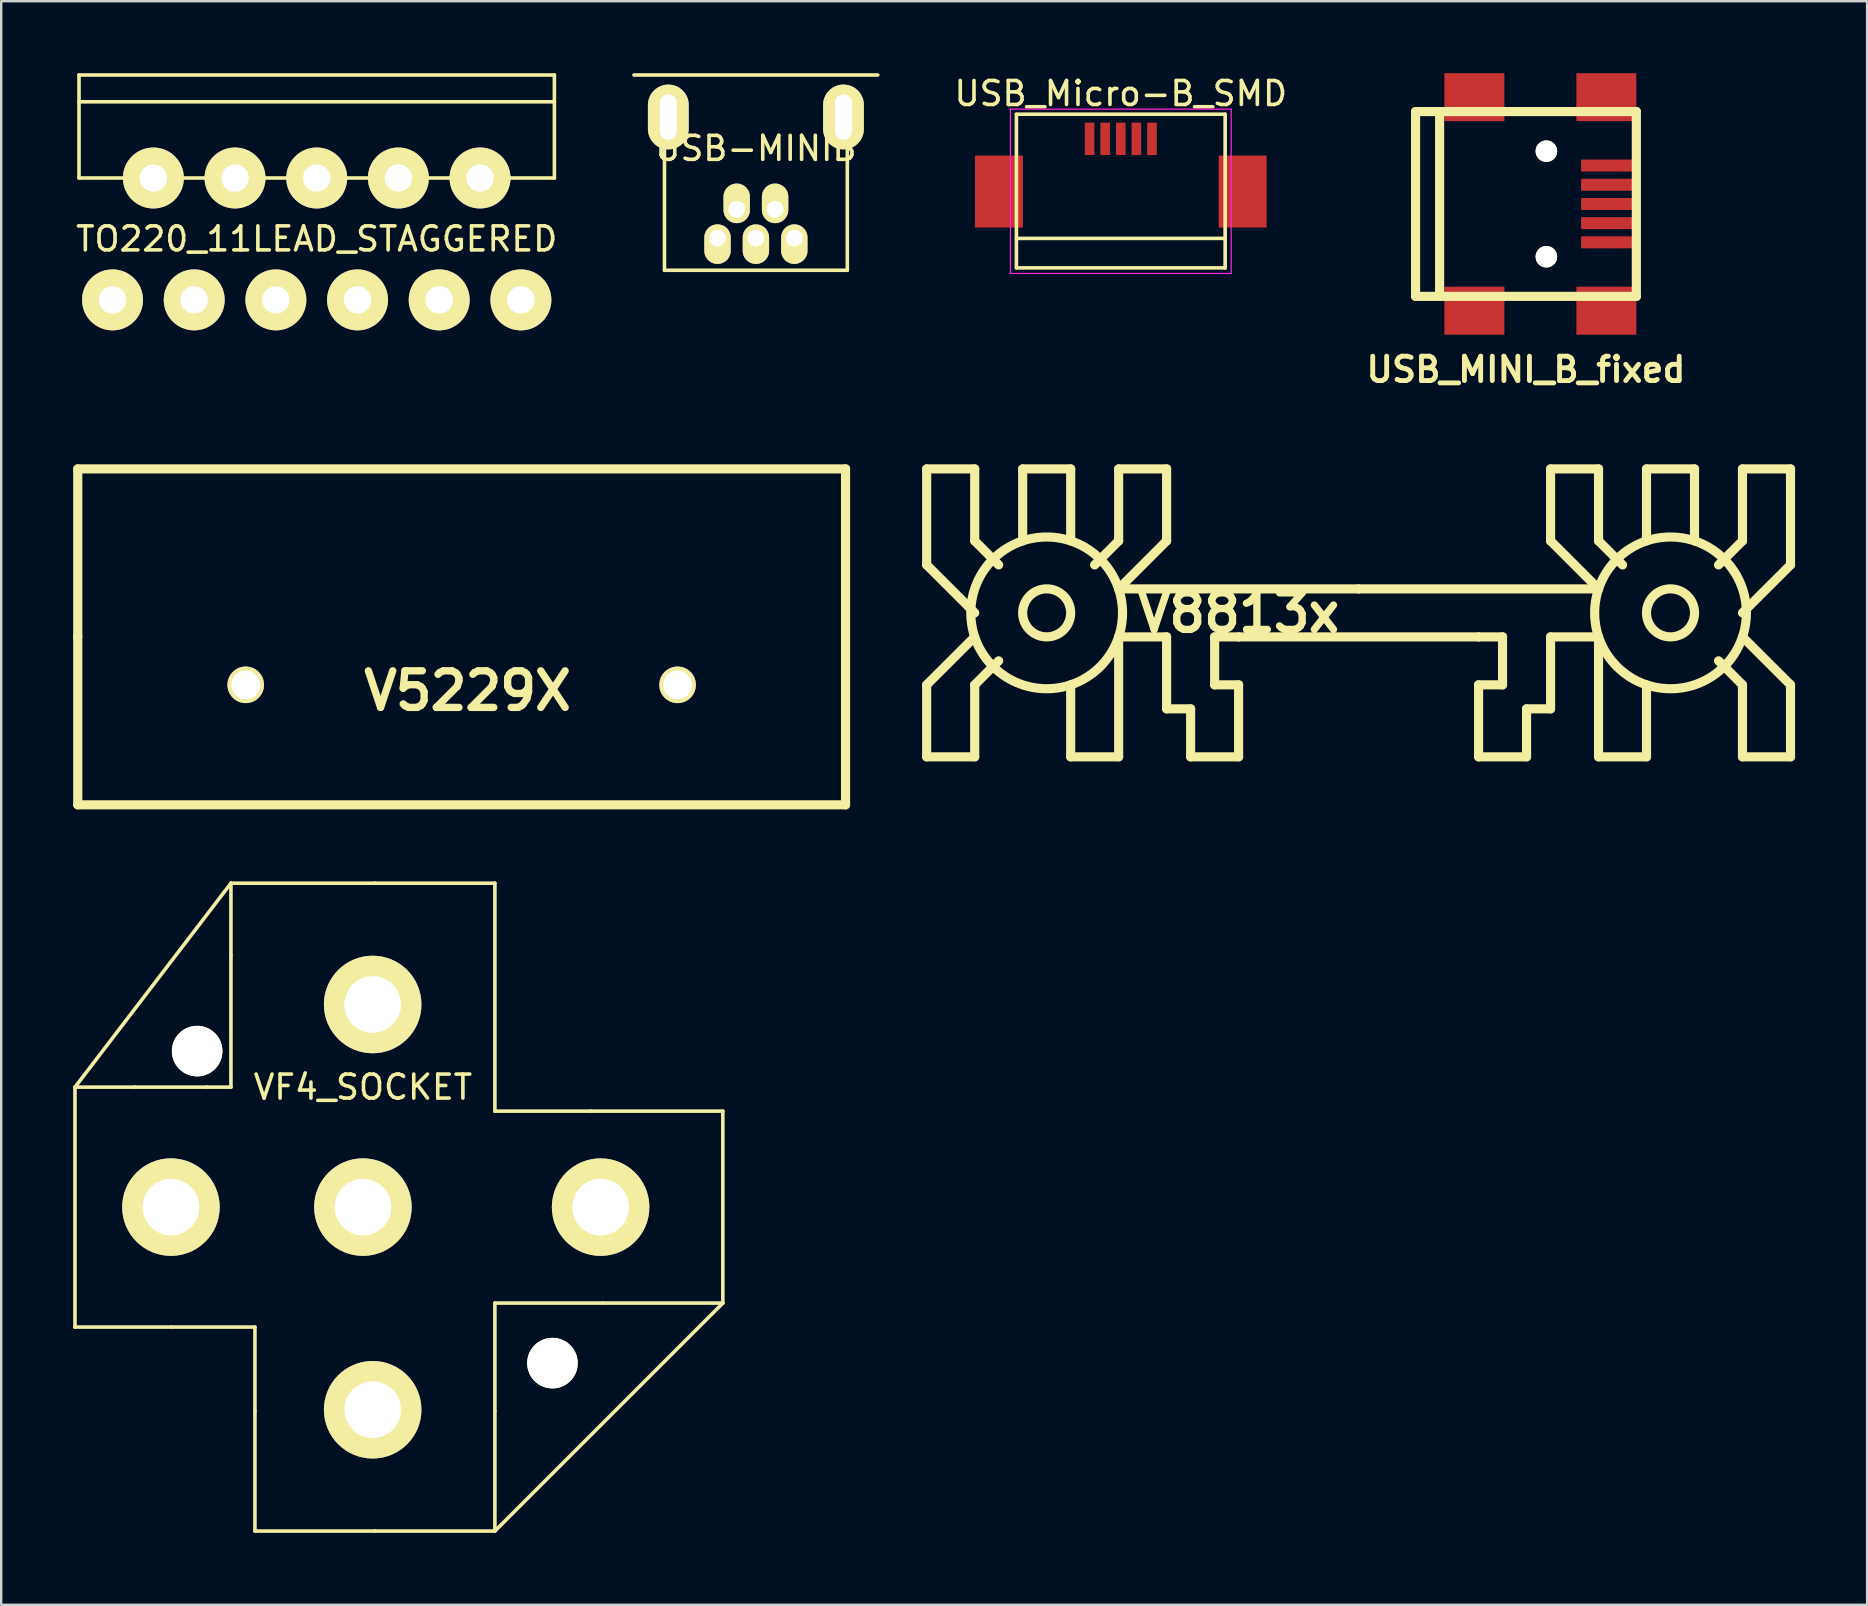
<source format=kicad_pcb>
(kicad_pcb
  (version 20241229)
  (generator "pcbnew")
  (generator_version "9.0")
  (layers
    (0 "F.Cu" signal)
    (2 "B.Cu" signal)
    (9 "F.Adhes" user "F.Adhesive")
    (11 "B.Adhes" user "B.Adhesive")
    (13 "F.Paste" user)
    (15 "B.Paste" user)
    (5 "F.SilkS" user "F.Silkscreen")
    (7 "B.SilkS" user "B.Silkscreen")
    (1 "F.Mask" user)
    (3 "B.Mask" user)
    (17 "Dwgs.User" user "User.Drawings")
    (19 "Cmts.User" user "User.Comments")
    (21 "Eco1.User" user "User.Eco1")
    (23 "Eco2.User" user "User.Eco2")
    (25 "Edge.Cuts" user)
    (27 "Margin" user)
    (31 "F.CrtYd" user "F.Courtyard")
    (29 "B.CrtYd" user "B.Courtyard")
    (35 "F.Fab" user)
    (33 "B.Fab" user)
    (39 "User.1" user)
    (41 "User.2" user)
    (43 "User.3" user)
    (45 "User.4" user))
  (footprint "V5229X"
    (layer "F.Cu")
    (at 16.19 23.492)
    (property "Reference" "V5229X" (at 0.249 2.25 0) (layer "F.SilkS") (effects (font (size 1.524 1.524) (thickness 0.305))))
    (attr through_hole)
    (fp_line (start -15.999 -7) (end 15.999 -7) (stroke (width 0.381) (type solid)) (layer "F.SilkS"))
    (fp_line (start -15.999 0) (end -15.999 -7) (stroke (width 0.381) (type solid)) (layer "F.SilkS"))
    (fp_line (start -15.999 7) (end -15.999 0) (stroke (width 0.381) (type solid)) (layer "F.SilkS"))
    (fp_line (start 15.999 -7) (end 15.999 7) (stroke (width 0.381) (type solid)) (layer "F.SilkS"))
    (fp_line (start 15.999 7) (end -15.999 7) (stroke (width 0.381) (type solid)) (layer "F.SilkS"))
    (pad "1" thru_hole circle (at -8.999 1.999) (size 1.524 1.524) (drill 1.199) (layers "*.Cu" "*.Mask" "F.SilkS"))
    (pad "2" thru_hole circle (at 8.999 1.999) (size 1.524 1.524) (drill 1.199) (layers "*.Cu" "*.Mask" "F.SilkS")))
  (footprint "VF4_SOCKET"
    (layer "F.Cu")
    (at 12.075 47.258)
    (property "Reference" "VF4_SOCKET" (at 0 -5 0) (layer "F.SilkS") (effects (font (size 1 1) (thickness 0.15))))
    (attr through_hole)
    (fp_line (start -12 -5) (end -12 5) (stroke (width 0.15) (type solid)) (layer "F.SilkS"))
    (fp_line (start -9.5 -5) (end -12 -5) (stroke (width 0.15) (type solid)) (layer "F.SilkS"))
    (fp_line (start -9.5 -5) (end -6.5 -5) (stroke (width 0.15) (type solid)) (layer "F.SilkS"))
    (fp_line (start -8 5) (end -12 5) (stroke (width 0.15) (type solid)) (layer "F.SilkS"))
    (fp_line (start -6.5 -5) (end -5.5 -5) (stroke (width 0.15) (type solid)) (layer "F.SilkS"))
    (fp_line (start -5.5 -13.5) (end -12 -5) (stroke (width 0.15) (type solid)) (layer "F.SilkS"))
    (fp_line (start -5.5 -13.5) (end -5.5 -10.5) (stroke (width 0.15) (type solid)) (layer "F.SilkS"))
    (fp_line (start -5.5 -5) (end -5.5 -10.5) (stroke (width 0.15) (type solid)) (layer "F.SilkS"))
    (fp_line (start -4.5 5) (end -8 5) (stroke (width 0.15) (type solid)) (layer "F.SilkS"))
    (fp_line (start -4.5 8.5) (end -4.5 5) (stroke (width 0.15) (type solid)) (layer "F.SilkS"))
    (fp_line (start -4.5 13.5) (end -4.5 8.5) (stroke (width 0.15) (type solid)) (layer "F.SilkS"))
    (fp_line (start 0.5 -13.5) (end -5.5 -13.5) (stroke (width 0.15) (type solid)) (layer "F.SilkS"))
    (fp_line (start 0.5 13.5) (end -4.5 13.5) (stroke (width 0.15) (type solid)) (layer "F.SilkS"))
    (fp_line (start 5.5 -13.5) (end 0.5 -13.5) (stroke (width 0.15) (type solid)) (layer "F.SilkS"))
    (fp_line (start 5.5 -4) (end 5.5 -13.5) (stroke (width 0.15) (type solid)) (layer "F.SilkS"))
    (fp_line (start 5.5 4) (end 10 4) (stroke (width 0.15) (type solid)) (layer "F.SilkS"))
    (fp_line (start 5.5 8.5) (end 5.5 4) (stroke (width 0.15) (type solid)) (layer "F.SilkS"))
    (fp_line (start 5.5 8.5) (end 5.5 13.5) (stroke (width 0.15) (type solid)) (layer "F.SilkS"))
    (fp_line (start 5.5 13.5) (end 0.5 13.5) (stroke (width 0.15) (type solid)) (layer "F.SilkS"))
    (fp_line (start 5.5 13.5) (end 15 4) (stroke (width 0.15) (type solid)) (layer "F.SilkS"))
    (fp_line (start 9.5 -4) (end 5.5 -4) (stroke (width 0.15) (type solid)) (layer "F.SilkS"))
    (fp_line (start 9.5 -4) (end 15 -4) (stroke (width 0.15) (type solid)) (layer "F.SilkS"))
    (fp_line (start 10 4) (end 15 4) (stroke (width 0.15) (type solid)) (layer "F.SilkS"))
    (fp_line (start 15 -4) (end 15 4) (stroke (width 0.15) (type solid)) (layer "F.SilkS"))
    (pad "" np_thru_hole circle (at -6.909 -6.502) (size 2.108 2.108) (drill 2.108) (layers "*.Cu" "*.Mask" "F.SilkS"))
    (pad "" np_thru_hole circle (at 7.899 6.502) (size 2.108 2.108) (drill 2.108) (layers "*.Cu" "*.Mask" "F.SilkS"))
    (pad "30" thru_hole circle (at 9.906 0) (size 4.064 4.064) (drill 2.362) (layers "*.Cu" "*.Mask" "F.SilkS"))
    (pad "85" thru_hole circle (at 0.406 -8.445) (size 4.064 4.064) (drill 2.362) (layers "*.Cu" "*.Mask" "F.SilkS"))
    (pad "86" thru_hole circle (at 0.406 8.445) (size 4.064 4.064) (drill 2.362) (layers "*.Cu" "*.Mask" "F.SilkS"))
    (pad "87" thru_hole circle (at -8.001 0) (size 4.064 4.064) (drill 2.362) (layers "*.Cu" "*.Mask" "F.SilkS"))
    (pad "87a" thru_hole circle (at 0 0) (size 4.064 4.064) (drill 2.362) (layers "*.Cu" "*.Mask" "F.SilkS")))
  (footprint "USB-MINIB"
    (layer "F.Cu")
    (at 28.453 5.675)
    (property "Reference" "USB-MINIB" (at 0 -2.54 0) (layer "F.SilkS") (effects (font (size 1 1) (thickness 0.15))))
    (attr through_hole)
    (fp_line (start -3.81 -5.08) (end -3.81 2.54) (stroke (width 0.15) (type solid)) (layer "F.SilkS"))
    (fp_line (start -3.81 2.54) (end 3.81 2.54) (stroke (width 0.15) (type solid)) (layer "F.SilkS"))
    (fp_line (start 3.81 2.54) (end 3.81 -5.08) (stroke (width 0.15) (type solid)) (layer "F.SilkS"))
    (fp_line (start 5.08 -5.6) (end -5.08 -5.6) (stroke (width 0.15) (type solid)) (layer "F.SilkS"))
    (pad "" thru_hole oval (at -0.8 0) (size 1.1 1.65) (drill 0.7 (offset 0 -0.25)) (layers "*.Cu" "*.Mask" "F.SilkS"))
    (pad "1" thru_hole oval (at 1.6 1.2) (size 1.1 1.65) (drill 0.7 (offset 0 0.25)) (layers "*.Cu" "*.Mask" "F.SilkS"))
    (pad "2" thru_hole oval (at 0.8 0) (size 1.1 1.65) (drill 0.7 (offset 0 -0.25)) (layers "*.Cu" "*.Mask" "F.SilkS"))
    (pad "3" thru_hole oval (at 0 1.2) (size 1.1 1.65) (drill 0.7 (offset 0 0.25)) (layers "*.Cu" "*.Mask" "F.SilkS"))
    (pad "4" thru_hole oval (at -1.6 1.2) (size 1.1 1.65) (drill 0.7 (offset 0 0.25)) (layers "*.Cu" "*.Mask" "F.SilkS"))
    (pad "5" thru_hole oval (at -3.65 -3.85) (size 1.7 2.7) (drill oval 0.7 1.9) (layers "*.Cu" "*.Mask" "F.SilkS"))
    (pad "6" thru_hole oval (at 3.65 -3.85) (size 1.7 2.7) (drill oval 0.7 1.9) (layers "*.Cu" "*.Mask" "F.SilkS")))
  (footprint "USB_Micro-B_SMD"
    (layer "F.Cu")
    (at 43.661 4.298)
    (property "Reference" "USB_Micro-B_SMD" (at 0 -3.45 0) (layer "F.SilkS") (effects (font (size 1 1) (thickness 0.15))))
    (attr smd)
    (fp_line (start -4.351 -2.588) (end 4.349 -2.588) (stroke (width 0.15) (type solid)) (layer "F.SilkS"))
    (fp_line (start -4.351 3.817) (end -4.351 -2.588) (stroke (width 0.15) (type solid)) (layer "F.SilkS"))
    (fp_line (start -4.351 3.817) (end 4.349 3.817) (stroke (width 0.15) (type solid)) (layer "F.SilkS"))
    (fp_line (start 4.349 -2.588) (end 4.349 3.817) (stroke (width 0.15) (type solid)) (layer "F.SilkS"))
    (fp_line (start 4.349 2.587) (end -4.351 2.587) (stroke (width 0.15) (type solid)) (layer "F.SilkS"))
    (fp_line (start -4.6 -2.8) (end 4.6 -2.8) (stroke (width 0.05) (type solid)) (layer "F.CrtYd"))
    (fp_line (start -4.6 4.05) (end -4.6 -2.8) (stroke (width 0.05) (type solid)) (layer "F.CrtYd"))
    (fp_line (start 4.6 -2.8) (end 4.6 4.05) (stroke (width 0.05) (type solid)) (layer "F.CrtYd"))
    (fp_line (start 4.6 4.05) (end -4.6 4.05) (stroke (width 0.05) (type solid)) (layer "F.CrtYd"))
    (pad "1" smd rect (at -1.301 -1.563 90) (size 1.35 0.4) (layers "F.Cu" "F.Mask" "F.Paste"))
    (pad "2" smd rect (at -0.651 -1.563 90) (size 1.35 0.4) (layers "F.Cu" "F.Mask" "F.Paste"))
    (pad "3" smd rect (at -0.001 -1.563 90) (size 1.35 0.4) (layers "F.Cu" "F.Mask" "F.Paste"))
    (pad "4" smd rect (at 0.649 -1.563 90) (size 1.35 0.4) (layers "F.Cu" "F.Mask" "F.Paste"))
    (pad "5" smd rect (at 1.299 -1.563 90) (size 1.35 0.4) (layers "F.Cu" "F.Mask" "F.Paste"))
    (pad "6" smd rect (at -5.08 0.635 90) (size 3 2) (layers "F.Cu" "F.Mask" "F.Paste"))
    (pad "6" smd rect (at 5.08 0.635 90) (size 3 2) (layers "F.Cu" "F.Mask" "F.Paste")))
  (footprint "V8813x"
    (layer "F.Cu")
    (at 53.571 22.492)
    (property "Reference" "V8813x" (at -5.001 0 0) (layer "F.SilkS") (effects (font (size 1.524 1.524) (thickness 0.305))))
    (attr through_hole)
    (fp_line (start -18.001 -5.999) (end -18.001 -1.999) (stroke (width 0.381) (type solid)) (layer "F.SilkS"))
    (fp_line (start -18.001 -1.999) (end -15.999 0) (stroke (width 0.381) (type solid)) (layer "F.SilkS"))
    (fp_line (start -18.001 3) (end -15.999 1.001) (stroke (width 0.381) (type solid)) (layer "F.SilkS"))
    (fp_line (start -18.001 5.999) (end -18.001 3) (stroke (width 0.381) (type solid)) (layer "F.SilkS"))
    (fp_line (start -18.001 5.999) (end -15.999 5.999) (stroke (width 0.381) (type solid)) (layer "F.SilkS"))
    (fp_line (start -15.999 -5.999) (end -18.001 -5.999) (stroke (width 0.381) (type solid)) (layer "F.SilkS"))
    (fp_line (start -15.999 -3) (end -15.999 -5.999) (stroke (width 0.381) (type solid)) (layer "F.SilkS"))
    (fp_line (start -15.999 3) (end -15.001 1.999) (stroke (width 0.381) (type solid)) (layer "F.SilkS"))
    (fp_line (start -15.999 5.999) (end -15.999 3) (stroke (width 0.381) (type solid)) (layer "F.SilkS"))
    (fp_line (start -15.001 -1.999) (end -15.999 -3) (stroke (width 0.381) (type solid)) (layer "F.SilkS"))
    (fp_line (start -14 -5.999) (end -14 -3) (stroke (width 0.381) (type solid)) (layer "F.SilkS"))
    (fp_line (start -14 -5.999) (end -11.999 -5.999) (stroke (width 0.381) (type solid)) (layer "F.SilkS"))
    (fp_line (start -11.999 -5.999) (end -11.999 -3) (stroke (width 0.381) (type solid)) (layer "F.SilkS"))
    (fp_line (start -11.999 3) (end -11.999 5.999) (stroke (width 0.381) (type solid)) (layer "F.SilkS"))
    (fp_line (start -11.999 5.999) (end -10 5.999) (stroke (width 0.381) (type solid)) (layer "F.SilkS"))
    (fp_line (start -10 -5.999) (end -10 -3) (stroke (width 0.381) (type solid)) (layer "F.SilkS"))
    (fp_line (start -10 -5.999) (end -8.001 -5.999) (stroke (width 0.381) (type solid)) (layer "F.SilkS"))
    (fp_line (start -10 -3) (end -11.001 -1.999) (stroke (width 0.381) (type solid)) (layer "F.SilkS"))
    (fp_line (start -10 5.999) (end -10 1.001) (stroke (width 0.381) (type solid)) (layer "F.SilkS"))
    (fp_line (start -8.001 -5.999) (end -8.001 -3) (stroke (width 0.381) (type solid)) (layer "F.SilkS"))
    (fp_line (start -8.001 -3) (end -10 -1.001) (stroke (width 0.381) (type solid)) (layer "F.SilkS"))
    (fp_line (start -8.001 1.001) (end -10 1.001) (stroke (width 0.381) (type solid)) (layer "F.SilkS"))
    (fp_line (start -8.001 4) (end -8.001 1.001) (stroke (width 0.381) (type solid)) (layer "F.SilkS"))
    (fp_line (start -7 4) (end -8.001 4) (stroke (width 0.381) (type solid)) (layer "F.SilkS"))
    (fp_line (start -7 5.999) (end -7 4) (stroke (width 0.381) (type solid)) (layer "F.SilkS"))
    (fp_line (start -5.999 1.001) (end -5.999 3) (stroke (width 0.381) (type solid)) (layer "F.SilkS"))
    (fp_line (start -5.999 3) (end -5.001 3) (stroke (width 0.381) (type solid)) (layer "F.SilkS"))
    (fp_line (start -5.001 1.001) (end -5.999 1.001) (stroke (width 0.381) (type solid)) (layer "F.SilkS"))
    (fp_line (start -5.001 1.001) (end 5.001 1.001) (stroke (width 0.381) (type solid)) (layer "F.SilkS"))
    (fp_line (start -5.001 3) (end -5.001 5.999) (stroke (width 0.381) (type solid)) (layer "F.SilkS"))
    (fp_line (start -5.001 5.999) (end -7 5.999) (stroke (width 0.381) (type solid)) (layer "F.SilkS"))
    (fp_line (start 0 -0.998) (end -10 -0.998) (stroke (width 0.381) (type solid)) (layer "F.SilkS"))
    (fp_line (start 0 -0.998) (end 10 -0.998) (stroke (width 0.381) (type solid)) (layer "F.SilkS"))
    (fp_line (start 5.001 1.001) (end 5.999 1.001) (stroke (width 0.381) (type solid)) (layer "F.SilkS"))
    (fp_line (start 5.001 3) (end 5.001 5.999) (stroke (width 0.381) (type solid)) (layer "F.SilkS"))
    (fp_line (start 5.001 5.999) (end 7 5.999) (stroke (width 0.381) (type solid)) (layer "F.SilkS"))
    (fp_line (start 5.999 1.001) (end 5.999 3) (stroke (width 0.381) (type solid)) (layer "F.SilkS"))
    (fp_line (start 5.999 3) (end 5.001 3) (stroke (width 0.381) (type solid)) (layer "F.SilkS"))
    (fp_line (start 7 4) (end 8.001 4) (stroke (width 0.381) (type solid)) (layer "F.SilkS"))
    (fp_line (start 7 5.999) (end 7 4) (stroke (width 0.381) (type solid)) (layer "F.SilkS"))
    (fp_line (start 8.001 -5.999) (end 10 -5.999) (stroke (width 0.381) (type solid)) (layer "F.SilkS"))
    (fp_line (start 8.001 -3) (end 8.001 -5.999) (stroke (width 0.381) (type solid)) (layer "F.SilkS"))
    (fp_line (start 8.001 1.001) (end 10 1.001) (stroke (width 0.381) (type solid)) (layer "F.SilkS"))
    (fp_line (start 8.001 4) (end 8.001 1.001) (stroke (width 0.381) (type solid)) (layer "F.SilkS"))
    (fp_line (start 10 -5.999) (end 10 -3) (stroke (width 0.381) (type solid)) (layer "F.SilkS"))
    (fp_line (start 10 -3) (end 11.001 -1.999) (stroke (width 0.381) (type solid)) (layer "F.SilkS"))
    (fp_line (start 10 -1.001) (end 8.001 -3) (stroke (width 0.381) (type solid)) (layer "F.SilkS"))
    (fp_line (start 10 1.001) (end 10 5.999) (stroke (width 0.381) (type solid)) (layer "F.SilkS"))
    (fp_line (start 10 5.999) (end 11.999 5.999) (stroke (width 0.381) (type solid)) (layer "F.SilkS"))
    (fp_line (start 11.999 -5.999) (end 14 -5.999) (stroke (width 0.381) (type solid)) (layer "F.SilkS"))
    (fp_line (start 11.999 -3) (end 11.999 -5.999) (stroke (width 0.381) (type solid)) (layer "F.SilkS"))
    (fp_line (start 11.999 5.999) (end 11.999 3) (stroke (width 0.381) (type solid)) (layer "F.SilkS"))
    (fp_line (start 14 -5.999) (end 14 -3) (stroke (width 0.381) (type solid)) (layer "F.SilkS"))
    (fp_line (start 15.001 -1.999) (end 15.999 -3) (stroke (width 0.381) (type solid)) (layer "F.SilkS"))
    (fp_line (start 15.999 -5.999) (end 18.001 -5.999) (stroke (width 0.381) (type solid)) (layer "F.SilkS"))
    (fp_line (start 15.999 -3) (end 15.999 -5.999) (stroke (width 0.381) (type solid)) (layer "F.SilkS"))
    (fp_line (start 15.999 1.001) (end 18.001 3) (stroke (width 0.381) (type solid)) (layer "F.SilkS"))
    (fp_line (start 15.999 3) (end 15.001 1.999) (stroke (width 0.381) (type solid)) (layer "F.SilkS"))
    (fp_line (start 15.999 5.999) (end 15.999 3) (stroke (width 0.381) (type solid)) (layer "F.SilkS"))
    (fp_line (start 18.001 -5.999) (end 18.001 -1.999) (stroke (width 0.381) (type solid)) (layer "F.SilkS"))
    (fp_line (start 18.001 -1.999) (end 15.999 0) (stroke (width 0.381) (type solid)) (layer "F.SilkS"))
    (fp_line (start 18.001 3) (end 18.001 5.999) (stroke (width 0.381) (type solid)) (layer "F.SilkS"))
    (fp_line (start 18.001 5.999) (end 15.999 5.999) (stroke (width 0.381) (type solid)) (layer "F.SilkS"))
    (fp_circle (center -13 0) (end -11.999 0) (stroke (width 0.381) (type solid)) (fill no) (layer "F.SilkS"))
    (fp_circle (center -13 0) (end -10 -0.998) (stroke (width 0.381) (type solid)) (fill no) (layer "F.SilkS"))
    (fp_circle (center 13 0) (end 10 -0.998) (stroke (width 0.381) (type solid)) (fill no) (layer "F.SilkS"))
    (fp_circle (center 13 0) (end 11.999 0) (stroke (width 0.381) (type solid)) (fill no) (layer "F.SilkS")))
  (footprint "TO220_11LEAD_STAGGERED"
    (layer "F.Cu")
    (at 10.149 6.908)
    (property "Reference" "TO220_11LEAD_STAGGERED" (at 0 0 0) (layer "F.SilkS") (effects (font (size 1 1) (thickness 0.15))))
    (attr through_hole)
    (fp_line (start -9.906 -5.715) (end 9.906 -5.715) (stroke (width 0.15) (type solid)) (layer "F.SilkS"))
    (fp_line (start -9.906 -2.54) (end -9.906 -6.833) (stroke (width 0.15) (type solid)) (layer "F.SilkS"))
    (fp_line (start -9.906 -2.54) (end 9.906 -2.54) (stroke (width 0.15) (type solid)) (layer "F.SilkS"))
    (fp_line (start 9.906 -6.833) (end -9.906 -6.833) (stroke (width 0.15) (type solid)) (layer "F.SilkS"))
    (fp_line (start 9.906 -2.54) (end 9.906 -6.833) (stroke (width 0.15) (type solid)) (layer "F.SilkS"))
    (pad "1" thru_hole circle (at -8.509 2.54) (size 2.54 2.54) (drill 1.143) (layers "*.Cu" "*.Mask" "F.SilkS"))
    (pad "2" thru_hole circle (at -6.807 -2.54) (size 2.54 2.54) (drill 1.143) (layers "*.Cu" "*.Mask" "F.SilkS"))
    (pad "3" thru_hole circle (at -5.105 2.54) (size 2.54 2.54) (drill 1.143) (layers "*.Cu" "*.Mask" "F.SilkS"))
    (pad "4" thru_hole circle (at -3.404 -2.54) (size 2.54 2.54) (drill 1.143) (layers "*.Cu" "*.Mask" "F.SilkS"))
    (pad "5" thru_hole circle (at -1.702 2.54) (size 2.54 2.54) (drill 1.143) (layers "*.Cu" "*.Mask" "F.SilkS"))
    (pad "6" thru_hole circle (at 0 -2.54) (size 2.54 2.54) (drill 1.143) (layers "*.Cu" "*.Mask" "F.SilkS"))
    (pad "7" thru_hole circle (at 1.702 2.54) (size 2.54 2.54) (drill 1.143) (layers "*.Cu" "*.Mask" "F.SilkS"))
    (pad "8" thru_hole circle (at 3.404 -2.54) (size 2.54 2.54) (drill 1.143) (layers "*.Cu" "*.Mask" "F.SilkS"))
    (pad "9" thru_hole circle (at 5.105 2.54) (size 2.54 2.54) (drill 1.143) (layers "*.Cu" "*.Mask" "F.SilkS"))
    (pad "10" thru_hole circle (at 6.807 -2.54) (size 2.54 2.54) (drill 1.143) (layers "*.Cu" "*.Mask" "F.SilkS"))
    (pad "11" thru_hole circle (at 8.509 2.54) (size 2.54 2.54) (drill 1.143) (layers "*.Cu" "*.Mask" "F.SilkS")))
  (footprint "USB_MINI_B_fixed"
    (layer "F.Cu")
    (at 60.546 5.45)
    (property "Reference" "USB_MINI_B_fixed" (at 0 6.901 0) (layer "F.SilkS") (effects (font (size 1.016 1.016) (thickness 0.203))))
    (attr through_hole)
    (fp_line (start -4.6 -3.851) (end -4.6 3.851) (stroke (width 0.381) (type solid)) (layer "F.SilkS"))
    (fp_line (start -4.6 3.851) (end 4.6 3.851) (stroke (width 0.381) (type solid)) (layer "F.SilkS"))
    (fp_line (start -3.599 -3.851) (end -3.599 3.851) (stroke (width 0.381) (type solid)) (layer "F.SilkS"))
    (fp_line (start 4.6 -3.851) (end -4.6 -3.851) (stroke (width 0.381) (type solid)) (layer "F.SilkS"))
    (fp_line (start 4.6 3.851) (end 4.6 -3.851) (stroke (width 0.381) (type solid)) (layer "F.SilkS"))
    (pad "" np_thru_hole circle (at 0.851 -2.2) (size 0.899 0.899) (drill 0.899) (layers "*.Cu" "*.Mask" "F.SilkS"))
    (pad "" np_thru_hole circle (at 0.851 2.2) (size 0.899 0.899) (drill 0.899) (layers "*.Cu" "*.Mask" "F.SilkS"))
    (pad "1" smd rect (at 3.449 -1.6) (size 2.301 0.5) (layers "F.Cu" "F.Mask" "F.Paste"))
    (pad "2" smd rect (at 3.449 -0.8) (size 2.301 0.5) (layers "F.Cu" "F.Mask" "F.Paste"))
    (pad "3" smd rect (at 3.449 0) (size 2.301 0.5) (layers "F.Cu" "F.Mask" "F.Paste"))
    (pad "4" smd rect (at 3.449 0.8) (size 2.301 0.5) (layers "F.Cu" "F.Mask" "F.Paste"))
    (pad "5" smd rect (at 3.449 1.6) (size 2.301 0.5) (layers "F.Cu" "F.Mask" "F.Paste"))
    (pad "6" smd rect (at 3.35 -4.45) (size 2.499 1.999) (layers "F.Cu" "F.Mask" "F.Paste"))
    (pad "7" smd rect (at -2.149 -4.45) (size 2.499 1.999) (layers "F.Cu" "F.Mask" "F.Paste"))
    (pad "8" smd rect (at 3.35 4.45) (size 2.499 1.999) (layers "F.Cu" "F.Mask" "F.Paste"))
    (pad "9" smd rect (at -2.149 4.45) (size 2.499 1.999) (layers "F.Cu" "F.Mask" "F.Paste")))
  (gr_rect
    (start -3 -3)
    (end 74.763 63.833)
    (stroke (width 0.1) (type default))
    (fill no)
    (layer "Edge.Cuts")))
</source>
